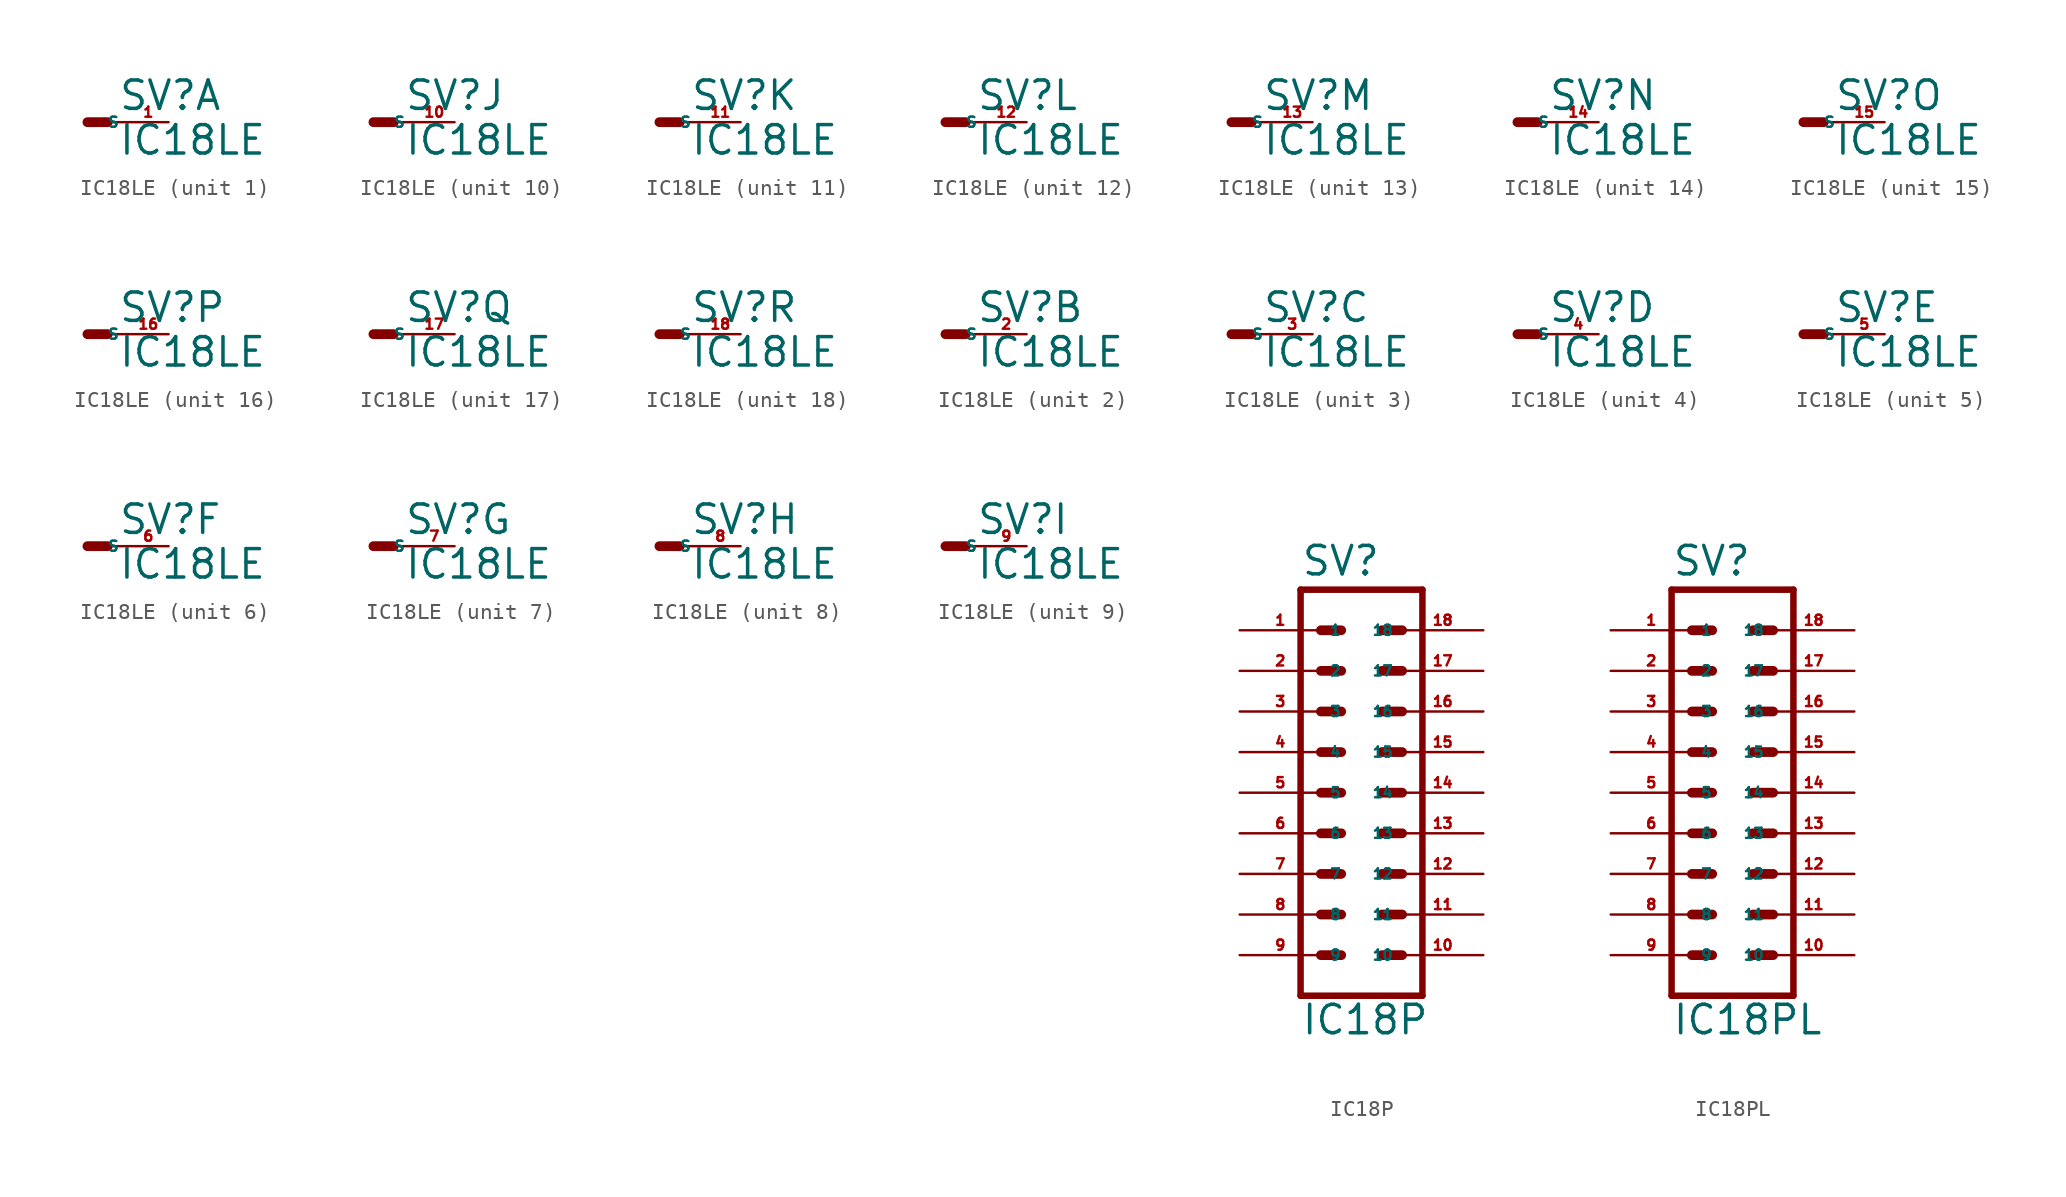
<source format=kicad_sym>
(kicad_symbol_lib
  (version 20220914)
  (generator Eagle2Kicad)
  (symbol "IC18LE"
    (property "Reference" "SV"
      (at 1.905 0.635 0)
      (effects (font (size 1.778 1.778) (thickness 0.22)) (justify left bottom)))
    (property "Value" "IC18LE"
      (at 1.905 -2.159 0)
      (effects (font (size 1.778 1.778) (thickness 0.22)) (justify left bottom)))
    (symbol "IC18LE_1_0"
      (polyline (pts (xy 0 0) (xy 1.27 0)) (stroke (width 0.61) (type default)) (fill (type none)))
      (polyline (pts (xy 2.54 0) (xy 1.27 0)) (stroke (width 0.152) (type default)) (fill (type none)))
      (pin passive line (at 5.08 0 180) (length 2.54) (name "S" (effects (font (size 0.635 0.635) (thickness 0.08)) (justify left bottom))) (number "1" (effects (font (size 0.635 0.635) (thickness 0.08)) (justify left bottom)))))
    (symbol "IC18LE_2_0"
      (polyline (pts (xy 0 0) (xy 1.27 0)) (stroke (width 0.61) (type default)) (fill (type none)))
      (polyline (pts (xy 2.54 0) (xy 1.27 0)) (stroke (width 0.152) (type default)) (fill (type none)))
      (pin passive line (at 5.08 0 180) (length 2.54) (name "S" (effects (font (size 0.635 0.635) (thickness 0.08)) (justify left bottom))) (number "2" (effects (font (size 0.635 0.635) (thickness 0.08)) (justify left bottom)))))
    (symbol "IC18LE_3_0"
      (polyline (pts (xy 0 0) (xy 1.27 0)) (stroke (width 0.61) (type default)) (fill (type none)))
      (polyline (pts (xy 2.54 0) (xy 1.27 0)) (stroke (width 0.152) (type default)) (fill (type none)))
      (pin passive line (at 5.08 0 180) (length 2.54) (name "S" (effects (font (size 0.635 0.635) (thickness 0.08)) (justify left bottom))) (number "3" (effects (font (size 0.635 0.635) (thickness 0.08)) (justify left bottom)))))
    (symbol "IC18LE_4_0"
      (polyline (pts (xy 0 0) (xy 1.27 0)) (stroke (width 0.61) (type default)) (fill (type none)))
      (polyline (pts (xy 2.54 0) (xy 1.27 0)) (stroke (width 0.152) (type default)) (fill (type none)))
      (pin passive line (at 5.08 0 180) (length 2.54) (name "S" (effects (font (size 0.635 0.635) (thickness 0.08)) (justify left bottom))) (number "4" (effects (font (size 0.635 0.635) (thickness 0.08)) (justify left bottom)))))
    (symbol "IC18LE_5_0"
      (polyline (pts (xy 0 0) (xy 1.27 0)) (stroke (width 0.61) (type default)) (fill (type none)))
      (polyline (pts (xy 2.54 0) (xy 1.27 0)) (stroke (width 0.152) (type default)) (fill (type none)))
      (pin passive line (at 5.08 0 180) (length 2.54) (name "S" (effects (font (size 0.635 0.635) (thickness 0.08)) (justify left bottom))) (number "5" (effects (font (size 0.635 0.635) (thickness 0.08)) (justify left bottom)))))
    (symbol "IC18LE_6_0"
      (polyline (pts (xy 0 0) (xy 1.27 0)) (stroke (width 0.61) (type default)) (fill (type none)))
      (polyline (pts (xy 2.54 0) (xy 1.27 0)) (stroke (width 0.152) (type default)) (fill (type none)))
      (pin passive line (at 5.08 0 180) (length 2.54) (name "S" (effects (font (size 0.635 0.635) (thickness 0.08)) (justify left bottom))) (number "6" (effects (font (size 0.635 0.635) (thickness 0.08)) (justify left bottom)))))
    (symbol "IC18LE_7_0"
      (polyline (pts (xy 0 0) (xy 1.27 0)) (stroke (width 0.61) (type default)) (fill (type none)))
      (polyline (pts (xy 2.54 0) (xy 1.27 0)) (stroke (width 0.152) (type default)) (fill (type none)))
      (pin passive line (at 5.08 0 180) (length 2.54) (name "S" (effects (font (size 0.635 0.635) (thickness 0.08)) (justify left bottom))) (number "7" (effects (font (size 0.635 0.635) (thickness 0.08)) (justify left bottom)))))
    (symbol "IC18LE_8_0"
      (polyline (pts (xy 0 0) (xy 1.27 0)) (stroke (width 0.61) (type default)) (fill (type none)))
      (polyline (pts (xy 2.54 0) (xy 1.27 0)) (stroke (width 0.152) (type default)) (fill (type none)))
      (pin passive line (at 5.08 0 180) (length 2.54) (name "S" (effects (font (size 0.635 0.635) (thickness 0.08)) (justify left bottom))) (number "8" (effects (font (size 0.635 0.635) (thickness 0.08)) (justify left bottom)))))
    (symbol "IC18LE_9_0"
      (polyline (pts (xy 0 0) (xy 1.27 0)) (stroke (width 0.61) (type default)) (fill (type none)))
      (polyline (pts (xy 2.54 0) (xy 1.27 0)) (stroke (width 0.152) (type default)) (fill (type none)))
      (pin passive line (at 5.08 0 180) (length 2.54) (name "S" (effects (font (size 0.635 0.635) (thickness 0.08)) (justify left bottom))) (number "9" (effects (font (size 0.635 0.635) (thickness 0.08)) (justify left bottom)))))
    (symbol "IC18LE_10_0"
      (polyline (pts (xy 0 0) (xy 1.27 0)) (stroke (width 0.61) (type default)) (fill (type none)))
      (polyline (pts (xy 2.54 0) (xy 1.27 0)) (stroke (width 0.152) (type default)) (fill (type none)))
      (pin passive line (at 5.08 0 180) (length 2.54) (name "S" (effects (font (size 0.635 0.635) (thickness 0.08)) (justify left bottom))) (number "10" (effects (font (size 0.635 0.635) (thickness 0.08)) (justify left bottom)))))
    (symbol "IC18LE_11_0"
      (polyline (pts (xy 0 0) (xy 1.27 0)) (stroke (width 0.61) (type default)) (fill (type none)))
      (polyline (pts (xy 2.54 0) (xy 1.27 0)) (stroke (width 0.152) (type default)) (fill (type none)))
      (pin passive line (at 5.08 0 180) (length 2.54) (name "S" (effects (font (size 0.635 0.635) (thickness 0.08)) (justify left bottom))) (number "11" (effects (font (size 0.635 0.635) (thickness 0.08)) (justify left bottom)))))
    (symbol "IC18LE_12_0"
      (polyline (pts (xy 0 0) (xy 1.27 0)) (stroke (width 0.61) (type default)) (fill (type none)))
      (polyline (pts (xy 2.54 0) (xy 1.27 0)) (stroke (width 0.152) (type default)) (fill (type none)))
      (pin passive line (at 5.08 0 180) (length 2.54) (name "S" (effects (font (size 0.635 0.635) (thickness 0.08)) (justify left bottom))) (number "12" (effects (font (size 0.635 0.635) (thickness 0.08)) (justify left bottom)))))
    (symbol "IC18LE_13_0"
      (polyline (pts (xy 0 0) (xy 1.27 0)) (stroke (width 0.61) (type default)) (fill (type none)))
      (polyline (pts (xy 2.54 0) (xy 1.27 0)) (stroke (width 0.152) (type default)) (fill (type none)))
      (pin passive line (at 5.08 0 180) (length 2.54) (name "S" (effects (font (size 0.635 0.635) (thickness 0.08)) (justify left bottom))) (number "13" (effects (font (size 0.635 0.635) (thickness 0.08)) (justify left bottom)))))
    (symbol "IC18LE_14_0"
      (polyline (pts (xy 0 0) (xy 1.27 0)) (stroke (width 0.61) (type default)) (fill (type none)))
      (polyline (pts (xy 2.54 0) (xy 1.27 0)) (stroke (width 0.152) (type default)) (fill (type none)))
      (pin passive line (at 5.08 0 180) (length 2.54) (name "S" (effects (font (size 0.635 0.635) (thickness 0.08)) (justify left bottom))) (number "14" (effects (font (size 0.635 0.635) (thickness 0.08)) (justify left bottom)))))
    (symbol "IC18LE_15_0"
      (polyline (pts (xy 0 0) (xy 1.27 0)) (stroke (width 0.61) (type default)) (fill (type none)))
      (polyline (pts (xy 2.54 0) (xy 1.27 0)) (stroke (width 0.152) (type default)) (fill (type none)))
      (pin passive line (at 5.08 0 180) (length 2.54) (name "S" (effects (font (size 0.635 0.635) (thickness 0.08)) (justify left bottom))) (number "15" (effects (font (size 0.635 0.635) (thickness 0.08)) (justify left bottom)))))
    (symbol "IC18LE_16_0"
      (polyline (pts (xy 0 0) (xy 1.27 0)) (stroke (width 0.61) (type default)) (fill (type none)))
      (polyline (pts (xy 2.54 0) (xy 1.27 0)) (stroke (width 0.152) (type default)) (fill (type none)))
      (pin passive line (at 5.08 0 180) (length 2.54) (name "S" (effects (font (size 0.635 0.635) (thickness 0.08)) (justify left bottom))) (number "16" (effects (font (size 0.635 0.635) (thickness 0.08)) (justify left bottom)))))
    (symbol "IC18LE_17_0"
      (polyline (pts (xy 0 0) (xy 1.27 0)) (stroke (width 0.61) (type default)) (fill (type none)))
      (polyline (pts (xy 2.54 0) (xy 1.27 0)) (stroke (width 0.152) (type default)) (fill (type none)))
      (pin passive line (at 5.08 0 180) (length 2.54) (name "S" (effects (font (size 0.635 0.635) (thickness 0.08)) (justify left bottom))) (number "17" (effects (font (size 0.635 0.635) (thickness 0.08)) (justify left bottom)))))
    (symbol "IC18LE_18_0"
      (polyline (pts (xy 0 0) (xy 1.27 0)) (stroke (width 0.61) (type default)) (fill (type none)))
      (polyline (pts (xy 2.54 0) (xy 1.27 0)) (stroke (width 0.152) (type default)) (fill (type none)))
      (pin passive line (at 5.08 0 180) (length 2.54) (name "S" (effects (font (size 0.635 0.635) (thickness 0.08)) (justify left bottom))) (number "18" (effects (font (size 0.635 0.635) (thickness 0.08)) (justify left bottom))))))
  (symbol "IC18P"
    (property "Reference" "SV"
      (at -3.81 13.462 0)
      (effects (font (size 1.778 1.778) (thickness 0.22)) (justify left bottom)))
    (property "Value" "IC18P"
      (at -3.81 -15.24 0)
      (effects (font (size 1.778 1.778) (thickness 0.22)) (justify left bottom)))
    (polyline
      (pts (xy 3.81 12.7) (xy -3.81 12.7))
      (stroke (width 0.406) (type default))
      (fill (type none)))
    (polyline
      (pts (xy -3.81 -12.7) (xy -3.81 12.7))
      (stroke (width 0.406) (type default))
      (fill (type none)))
    (polyline
      (pts (xy -3.81 -12.7) (xy 3.81 -12.7))
      (stroke (width 0.406) (type default))
      (fill (type none)))
    (polyline
      (pts (xy 3.81 12.7) (xy 3.81 -12.7))
      (stroke (width 0.406) (type default))
      (fill (type none)))
    (polyline
      (pts (xy -2.54 10.16) (xy -1.27 10.16))
      (stroke (width 0.61) (type default))
      (fill (type none)))
    (polyline
      (pts (xy -2.54 7.62) (xy -1.27 7.62))
      (stroke (width 0.61) (type default))
      (fill (type none)))
    (polyline
      (pts (xy -2.54 5.08) (xy -1.27 5.08))
      (stroke (width 0.61) (type default))
      (fill (type none)))
    (polyline
      (pts (xy -2.54 2.54) (xy -1.27 2.54))
      (stroke (width 0.61) (type default))
      (fill (type none)))
    (polyline
      (pts (xy -2.54 0) (xy -1.27 0))
      (stroke (width 0.61) (type default))
      (fill (type none)))
    (polyline
      (pts (xy -2.54 -2.54) (xy -1.27 -2.54))
      (stroke (width 0.61) (type default))
      (fill (type none)))
    (polyline
      (pts (xy -2.54 -5.08) (xy -1.27 -5.08))
      (stroke (width 0.61) (type default))
      (fill (type none)))
    (polyline
      (pts (xy -2.54 -7.62) (xy -1.27 -7.62))
      (stroke (width 0.61) (type default))
      (fill (type none)))
    (polyline
      (pts (xy 2.54 10.16) (xy 1.27 10.16))
      (stroke (width 0.61) (type default))
      (fill (type none)))
    (polyline
      (pts (xy 2.54 7.62) (xy 1.27 7.62))
      (stroke (width 0.61) (type default))
      (fill (type none)))
    (polyline
      (pts (xy 2.54 5.08) (xy 1.27 5.08))
      (stroke (width 0.61) (type default))
      (fill (type none)))
    (polyline
      (pts (xy 2.54 2.54) (xy 1.27 2.54))
      (stroke (width 0.61) (type default))
      (fill (type none)))
    (polyline
      (pts (xy 2.54 0) (xy 1.27 0))
      (stroke (width 0.61) (type default))
      (fill (type none)))
    (polyline
      (pts (xy 2.54 -2.54) (xy 1.27 -2.54))
      (stroke (width 0.61) (type default))
      (fill (type none)))
    (polyline
      (pts (xy 2.54 -5.08) (xy 1.27 -5.08))
      (stroke (width 0.61) (type default))
      (fill (type none)))
    (polyline
      (pts (xy 2.54 -7.62) (xy 1.27 -7.62))
      (stroke (width 0.61) (type default))
      (fill (type none)))
    (polyline
      (pts (xy -2.54 -10.16) (xy -1.27 -10.16))
      (stroke (width 0.61) (type default))
      (fill (type none)))
    (polyline
      (pts (xy 2.54 -10.16) (xy 1.27 -10.16))
      (stroke (width 0.61) (type default))
      (fill (type none)))
    (pin passive line
      (at 7.62 2.54 180)
      (length 5.08)
      (name "15" (effects (font (size 0.635 0.635) (thickness 0.08)) (justify left bottom)))
      (number "15" (effects (font (size 0.635 0.635) (thickness 0.08)) (justify left bottom))))
    (pin passive line
      (at 7.62 -2.54 180)
      (length 5.08)
      (name "13" (effects (font (size 0.635 0.635) (thickness 0.08)) (justify left bottom)))
      (number "13" (effects (font (size 0.635 0.635) (thickness 0.08)) (justify left bottom))))
    (pin passive line
      (at 7.62 -7.62 180)
      (length 5.08)
      (name "11" (effects (font (size 0.635 0.635) (thickness 0.08)) (justify left bottom)))
      (number "11" (effects (font (size 0.635 0.635) (thickness 0.08)) (justify left bottom))))
    (pin passive line
      (at -7.62 -10.16 0)
      (length 5.08)
      (name "9" (effects (font (size 0.635 0.635) (thickness 0.08)) (justify left bottom)))
      (number "9" (effects (font (size 0.635 0.635) (thickness 0.08)) (justify left bottom))))
    (pin passive line
      (at -7.62 -5.08 0)
      (length 5.08)
      (name "7" (effects (font (size 0.635 0.635) (thickness 0.08)) (justify left bottom)))
      (number "7" (effects (font (size 0.635 0.635) (thickness 0.08)) (justify left bottom))))
    (pin passive line
      (at -7.62 0 0)
      (length 5.08)
      (name "5" (effects (font (size 0.635 0.635) (thickness 0.08)) (justify left bottom)))
      (number "5" (effects (font (size 0.635 0.635) (thickness 0.08)) (justify left bottom))))
    (pin passive line
      (at -7.62 5.08 0)
      (length 5.08)
      (name "3" (effects (font (size 0.635 0.635) (thickness 0.08)) (justify left bottom)))
      (number "3" (effects (font (size 0.635 0.635) (thickness 0.08)) (justify left bottom))))
    (pin passive line
      (at -7.62 10.16 0)
      (length 5.08)
      (name "1" (effects (font (size 0.635 0.635) (thickness 0.08)) (justify left bottom)))
      (number "1" (effects (font (size 0.635 0.635) (thickness 0.08)) (justify left bottom))))
    (pin passive line
      (at 7.62 5.08 180)
      (length 5.08)
      (name "16" (effects (font (size 0.635 0.635) (thickness 0.08)) (justify left bottom)))
      (number "16" (effects (font (size 0.635 0.635) (thickness 0.08)) (justify left bottom))))
    (pin passive line
      (at 7.62 0 180)
      (length 5.08)
      (name "14" (effects (font (size 0.635 0.635) (thickness 0.08)) (justify left bottom)))
      (number "14" (effects (font (size 0.635 0.635) (thickness 0.08)) (justify left bottom))))
    (pin passive line
      (at 7.62 -5.08 180)
      (length 5.08)
      (name "12" (effects (font (size 0.635 0.635) (thickness 0.08)) (justify left bottom)))
      (number "12" (effects (font (size 0.635 0.635) (thickness 0.08)) (justify left bottom))))
    (pin passive line
      (at 7.62 -10.16 180)
      (length 5.08)
      (name "10" (effects (font (size 0.635 0.635) (thickness 0.08)) (justify left bottom)))
      (number "10" (effects (font (size 0.635 0.635) (thickness 0.08)) (justify left bottom))))
    (pin passive line
      (at -7.62 -7.62 0)
      (length 5.08)
      (name "8" (effects (font (size 0.635 0.635) (thickness 0.08)) (justify left bottom)))
      (number "8" (effects (font (size 0.635 0.635) (thickness 0.08)) (justify left bottom))))
    (pin passive line
      (at -7.62 -2.54 0)
      (length 5.08)
      (name "6" (effects (font (size 0.635 0.635) (thickness 0.08)) (justify left bottom)))
      (number "6" (effects (font (size 0.635 0.635) (thickness 0.08)) (justify left bottom))))
    (pin passive line
      (at -7.62 2.54 0)
      (length 5.08)
      (name "4" (effects (font (size 0.635 0.635) (thickness 0.08)) (justify left bottom)))
      (number "4" (effects (font (size 0.635 0.635) (thickness 0.08)) (justify left bottom))))
    (pin passive line
      (at -7.62 7.62 0)
      (length 5.08)
      (name "2" (effects (font (size 0.635 0.635) (thickness 0.08)) (justify left bottom)))
      (number "2" (effects (font (size 0.635 0.635) (thickness 0.08)) (justify left bottom))))
    (pin passive line
      (at 7.62 7.62 180)
      (length 5.08)
      (name "17" (effects (font (size 0.635 0.635) (thickness 0.08)) (justify left bottom)))
      (number "17" (effects (font (size 0.635 0.635) (thickness 0.08)) (justify left bottom))))
    (pin passive line
      (at 7.62 10.16 180)
      (length 5.08)
      (name "18" (effects (font (size 0.635 0.635) (thickness 0.08)) (justify left bottom)))
      (number "18" (effects (font (size 0.635 0.635) (thickness 0.08)) (justify left bottom)))))
  (symbol "IC18PL"
    (property "Reference" "SV"
      (at -3.81 13.462 0)
      (effects (font (size 1.778 1.778) (thickness 0.22)) (justify left bottom)))
    (property "Value" "IC18PL"
      (at -3.81 -15.24 0)
      (effects (font (size 1.778 1.778) (thickness 0.22)) (justify left bottom)))
    (polyline
      (pts (xy 3.81 12.7) (xy -3.81 12.7))
      (stroke (width 0.406) (type default))
      (fill (type none)))
    (polyline
      (pts (xy -3.81 -12.7) (xy -3.81 12.7))
      (stroke (width 0.406) (type default))
      (fill (type none)))
    (polyline
      (pts (xy -3.81 -12.7) (xy 3.81 -12.7))
      (stroke (width 0.406) (type default))
      (fill (type none)))
    (polyline
      (pts (xy 3.81 12.7) (xy 3.81 -12.7))
      (stroke (width 0.406) (type default))
      (fill (type none)))
    (polyline
      (pts (xy -2.54 10.16) (xy -1.27 10.16))
      (stroke (width 0.61) (type default))
      (fill (type none)))
    (polyline
      (pts (xy -2.54 7.62) (xy -1.27 7.62))
      (stroke (width 0.61) (type default))
      (fill (type none)))
    (polyline
      (pts (xy -2.54 5.08) (xy -1.27 5.08))
      (stroke (width 0.61) (type default))
      (fill (type none)))
    (polyline
      (pts (xy -2.54 2.54) (xy -1.27 2.54))
      (stroke (width 0.61) (type default))
      (fill (type none)))
    (polyline
      (pts (xy -2.54 0) (xy -1.27 0))
      (stroke (width 0.61) (type default))
      (fill (type none)))
    (polyline
      (pts (xy -2.54 -2.54) (xy -1.27 -2.54))
      (stroke (width 0.61) (type default))
      (fill (type none)))
    (polyline
      (pts (xy -2.54 -5.08) (xy -1.27 -5.08))
      (stroke (width 0.61) (type default))
      (fill (type none)))
    (polyline
      (pts (xy -2.54 -7.62) (xy -1.27 -7.62))
      (stroke (width 0.61) (type default))
      (fill (type none)))
    (polyline
      (pts (xy 2.54 10.16) (xy 1.27 10.16))
      (stroke (width 0.61) (type default))
      (fill (type none)))
    (polyline
      (pts (xy 2.54 7.62) (xy 1.27 7.62))
      (stroke (width 0.61) (type default))
      (fill (type none)))
    (polyline
      (pts (xy 2.54 5.08) (xy 1.27 5.08))
      (stroke (width 0.61) (type default))
      (fill (type none)))
    (polyline
      (pts (xy 2.54 2.54) (xy 1.27 2.54))
      (stroke (width 0.61) (type default))
      (fill (type none)))
    (polyline
      (pts (xy 2.54 0) (xy 1.27 0))
      (stroke (width 0.61) (type default))
      (fill (type none)))
    (polyline
      (pts (xy 2.54 -2.54) (xy 1.27 -2.54))
      (stroke (width 0.61) (type default))
      (fill (type none)))
    (polyline
      (pts (xy 2.54 -5.08) (xy 1.27 -5.08))
      (stroke (width 0.61) (type default))
      (fill (type none)))
    (polyline
      (pts (xy 2.54 -7.62) (xy 1.27 -7.62))
      (stroke (width 0.61) (type default))
      (fill (type none)))
    (polyline
      (pts (xy -2.54 -10.16) (xy -1.27 -10.16))
      (stroke (width 0.61) (type default))
      (fill (type none)))
    (polyline
      (pts (xy 2.54 -10.16) (xy 1.27 -10.16))
      (stroke (width 0.61) (type default))
      (fill (type none)))
    (pin passive line
      (at 7.62 2.54 180)
      (length 5.08)
      (name "15" (effects (font (size 0.635 0.635) (thickness 0.08)) (justify left bottom)))
      (number "15" (effects (font (size 0.635 0.635) (thickness 0.08)) (justify left bottom))))
    (pin passive line
      (at 7.62 -2.54 180)
      (length 5.08)
      (name "13" (effects (font (size 0.635 0.635) (thickness 0.08)) (justify left bottom)))
      (number "13" (effects (font (size 0.635 0.635) (thickness 0.08)) (justify left bottom))))
    (pin passive line
      (at 7.62 -7.62 180)
      (length 5.08)
      (name "11" (effects (font (size 0.635 0.635) (thickness 0.08)) (justify left bottom)))
      (number "11" (effects (font (size 0.635 0.635) (thickness 0.08)) (justify left bottom))))
    (pin passive line
      (at -7.62 -10.16 0)
      (length 5.08)
      (name "9" (effects (font (size 0.635 0.635) (thickness 0.08)) (justify left bottom)))
      (number "9" (effects (font (size 0.635 0.635) (thickness 0.08)) (justify left bottom))))
    (pin passive line
      (at -7.62 -5.08 0)
      (length 5.08)
      (name "7" (effects (font (size 0.635 0.635) (thickness 0.08)) (justify left bottom)))
      (number "7" (effects (font (size 0.635 0.635) (thickness 0.08)) (justify left bottom))))
    (pin passive line
      (at -7.62 0 0)
      (length 5.08)
      (name "5" (effects (font (size 0.635 0.635) (thickness 0.08)) (justify left bottom)))
      (number "5" (effects (font (size 0.635 0.635) (thickness 0.08)) (justify left bottom))))
    (pin passive line
      (at -7.62 5.08 0)
      (length 5.08)
      (name "3" (effects (font (size 0.635 0.635) (thickness 0.08)) (justify left bottom)))
      (number "3" (effects (font (size 0.635 0.635) (thickness 0.08)) (justify left bottom))))
    (pin passive line
      (at -7.62 10.16 0)
      (length 5.08)
      (name "1" (effects (font (size 0.635 0.635) (thickness 0.08)) (justify left bottom)))
      (number "1" (effects (font (size 0.635 0.635) (thickness 0.08)) (justify left bottom))))
    (pin passive line
      (at 7.62 5.08 180)
      (length 5.08)
      (name "16" (effects (font (size 0.635 0.635) (thickness 0.08)) (justify left bottom)))
      (number "16" (effects (font (size 0.635 0.635) (thickness 0.08)) (justify left bottom))))
    (pin passive line
      (at 7.62 0 180)
      (length 5.08)
      (name "14" (effects (font (size 0.635 0.635) (thickness 0.08)) (justify left bottom)))
      (number "14" (effects (font (size 0.635 0.635) (thickness 0.08)) (justify left bottom))))
    (pin passive line
      (at 7.62 -5.08 180)
      (length 5.08)
      (name "12" (effects (font (size 0.635 0.635) (thickness 0.08)) (justify left bottom)))
      (number "12" (effects (font (size 0.635 0.635) (thickness 0.08)) (justify left bottom))))
    (pin passive line
      (at 7.62 -10.16 180)
      (length 5.08)
      (name "10" (effects (font (size 0.635 0.635) (thickness 0.08)) (justify left bottom)))
      (number "10" (effects (font (size 0.635 0.635) (thickness 0.08)) (justify left bottom))))
    (pin passive line
      (at -7.62 -7.62 0)
      (length 5.08)
      (name "8" (effects (font (size 0.635 0.635) (thickness 0.08)) (justify left bottom)))
      (number "8" (effects (font (size 0.635 0.635) (thickness 0.08)) (justify left bottom))))
    (pin passive line
      (at -7.62 -2.54 0)
      (length 5.08)
      (name "6" (effects (font (size 0.635 0.635) (thickness 0.08)) (justify left bottom)))
      (number "6" (effects (font (size 0.635 0.635) (thickness 0.08)) (justify left bottom))))
    (pin passive line
      (at -7.62 2.54 0)
      (length 5.08)
      (name "4" (effects (font (size 0.635 0.635) (thickness 0.08)) (justify left bottom)))
      (number "4" (effects (font (size 0.635 0.635) (thickness 0.08)) (justify left bottom))))
    (pin passive line
      (at -7.62 7.62 0)
      (length 5.08)
      (name "2" (effects (font (size 0.635 0.635) (thickness 0.08)) (justify left bottom)))
      (number "2" (effects (font (size 0.635 0.635) (thickness 0.08)) (justify left bottom))))
    (pin passive line
      (at 7.62 7.62 180)
      (length 5.08)
      (name "17" (effects (font (size 0.635 0.635) (thickness 0.08)) (justify left bottom)))
      (number "17" (effects (font (size 0.635 0.635) (thickness 0.08)) (justify left bottom))))
    (pin passive line
      (at 7.62 10.16 180)
      (length 5.08)
      (name "18" (effects (font (size 0.635 0.635) (thickness 0.08)) (justify left bottom)))
      (number "18" (effects (font (size 0.635 0.635) (thickness 0.08)) (justify left bottom))))))
</source>
